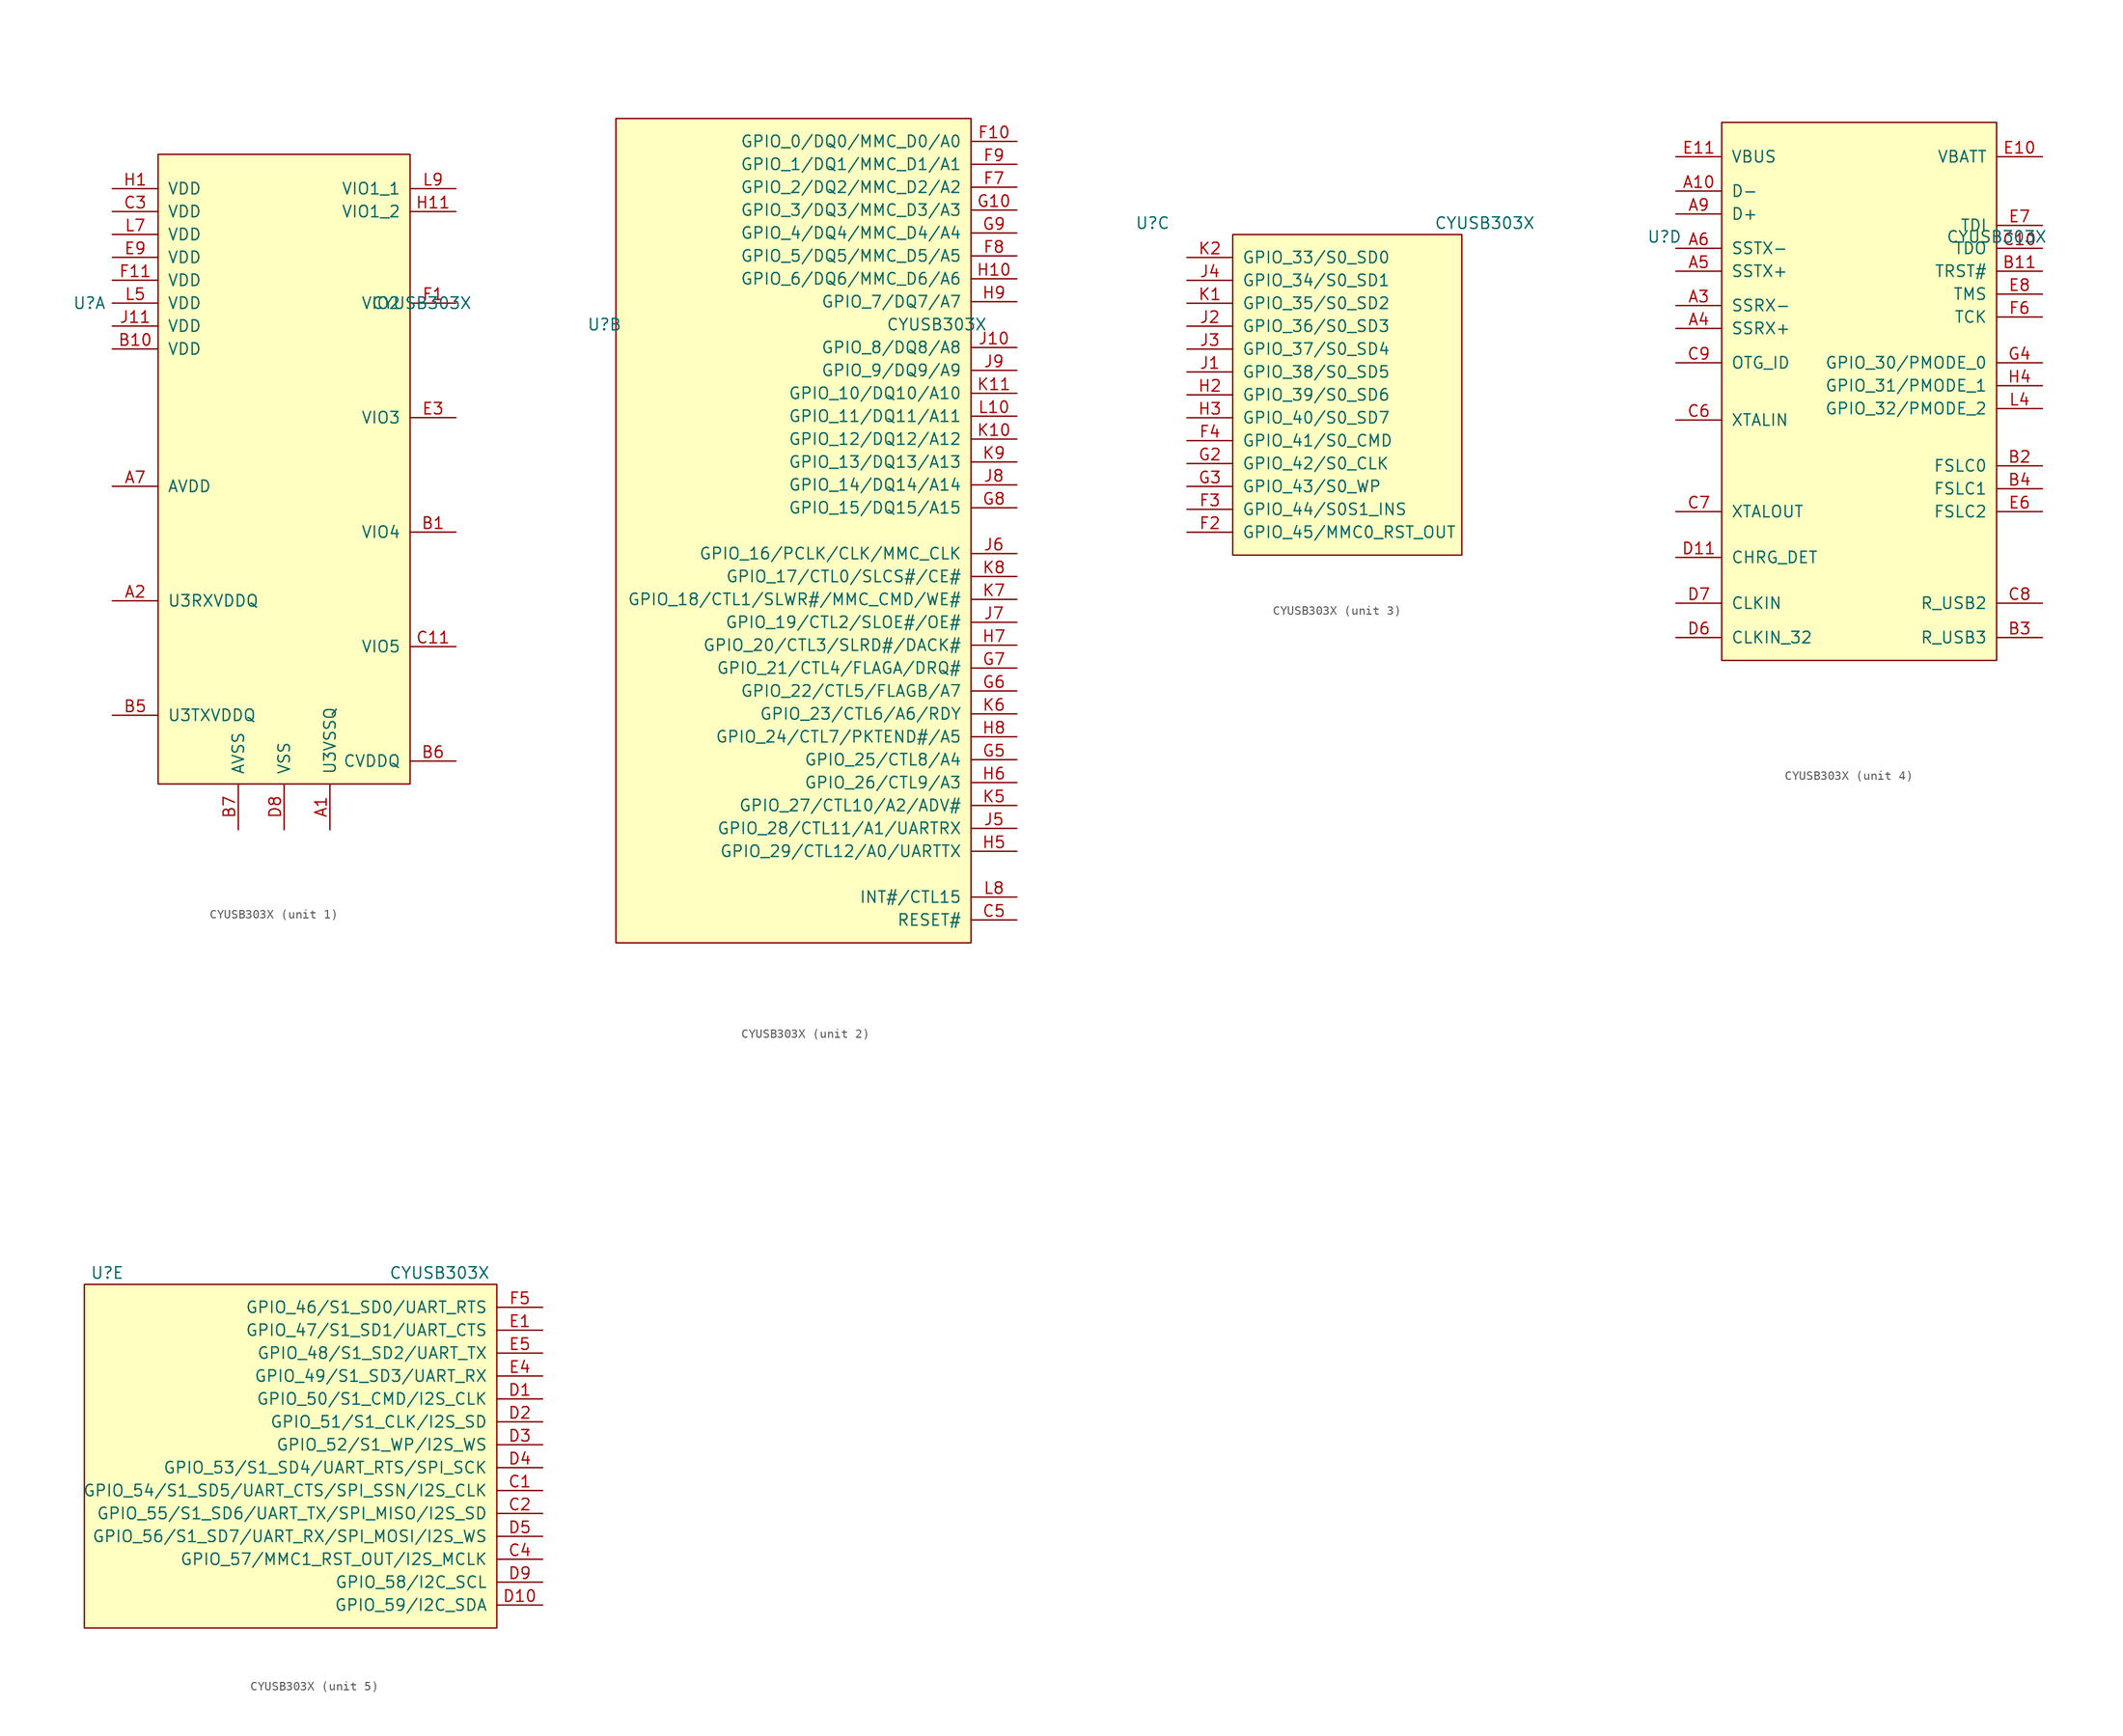
<source format=kicad_sym>
(kicad_symbol_lib
  (version 20231120)
  (generator "kicad_symbol_editor")
  (generator_version "8.0")
  (symbol "CYUSB303X"
    (pin_names
      (offset 1.016))
    (property "Reference" "U"
      (at -21.59 19.05 0)
      (effects (font (size 1.27 1.27))))
    (property "Value" "CYUSB303X"
      (at 15.24 19.05 0)
      (effects (font (size 1.27 1.27))))
    (property "Footprint" ""
      (at -22.86 34.29 0)
      (effects (font (size 1.27 1.27))))
    (property "Datasheet" ""
      (at -22.86 34.29 0)
      (effects (font (size 1.27 1.27))))
    (property "ki_locked" ""
      (at 0 0 0)
      (effects (font (size 1.27 1.27))))
    (symbol "CYUSB303X_1_1"
      (rectangle (start -13.97 35.56) (end 13.97 -34.29) (stroke (width 0) (type default)) (fill (type background)))
      (pin power_in line (at 5.08 -39.37 90) (length 5.08) (name "U3VSSQ" (effects (font (size 1.27 1.27)))) (number "A1" (effects (font (size 1.27 1.27)))))
      (pin no_connect line (at 0 40.64 270) (length 5.08) hide (name "NC" (effects (font (size 1.27 1.27)))) (number "A11" (effects (font (size 1.27 1.27)))))
      (pin power_in line (at -19.05 -13.97 0) (length 5.08) (name "U3RXVDDQ" (effects (font (size 1.27 1.27)))) (number "A2" (effects (font (size 1.27 1.27)))))
      (pin power_in line (at -19.05 -1.27 0) (length 5.08) (name "AVDD" (effects (font (size 1.27 1.27)))) (number "A7" (effects (font (size 1.27 1.27)))))
      (pin power_in line (at 0 -39.37 90) (length 5.08) hide (name "VSS" (effects (font (size 1.27 1.27)))) (number "A8" (effects (font (size 1.27 1.27)))))
      (pin power_in line (at 19.05 -6.35 180) (length 5.08) (name "VIO4" (effects (font (size 1.27 1.27)))) (number "B1" (effects (font (size 1.27 1.27)))))
      (pin power_in line (at -19.05 13.97 0) (length 5.08) (name "VDD" (effects (font (size 1.27 1.27)))) (number "B10" (effects (font (size 1.27 1.27)))))
      (pin power_in line (at -19.05 -26.67 0) (length 5.08) (name "U3TXVDDQ" (effects (font (size 1.27 1.27)))) (number "B5" (effects (font (size 1.27 1.27)))))
      (pin power_in line (at 19.05 -31.75 180) (length 5.08) (name "CVDDQ" (effects (font (size 1.27 1.27)))) (number "B6" (effects (font (size 1.27 1.27)))))
      (pin power_in line (at -5.08 -39.37 90) (length 5.08) (name "AVSS" (effects (font (size 1.27 1.27)))) (number "B7" (effects (font (size 1.27 1.27)))))
      (pin power_in line (at 0 -39.37 90) (length 5.08) hide (name "VSS" (effects (font (size 1.27 1.27)))) (number "B8" (effects (font (size 1.27 1.27)))))
      (pin power_in line (at 0 -39.37 90) (length 5.08) hide (name "VSS" (effects (font (size 1.27 1.27)))) (number "B9" (effects (font (size 1.27 1.27)))))
      (pin power_in line (at 19.05 -19.05 180) (length 5.08) (name "VIO5" (effects (font (size 1.27 1.27)))) (number "C11" (effects (font (size 1.27 1.27)))))
      (pin power_in line (at -19.05 29.21 0) (length 5.08) (name "VDD" (effects (font (size 1.27 1.27)))) (number "C3" (effects (font (size 1.27 1.27)))))
      (pin power_in line (at 0 -39.37 90) (length 5.08) (name "VSS" (effects (font (size 1.27 1.27)))) (number "D8" (effects (font (size 1.27 1.27)))))
      (pin power_in line (at 0 -39.37 90) (length 5.08) hide (name "VSS" (effects (font (size 1.27 1.27)))) (number "E2" (effects (font (size 1.27 1.27)))))
      (pin power_in line (at 19.05 6.35 180) (length 5.08) (name "VIO3" (effects (font (size 1.27 1.27)))) (number "E3" (effects (font (size 1.27 1.27)))))
      (pin power_in line (at -19.05 24.13 0) (length 5.08) (name "VDD" (effects (font (size 1.27 1.27)))) (number "E9" (effects (font (size 1.27 1.27)))))
      (pin power_in line (at 19.05 19.05 180) (length 5.08) (name "VIO2" (effects (font (size 1.27 1.27)))) (number "F1" (effects (font (size 1.27 1.27)))))
      (pin power_in line (at -19.05 21.59 0) (length 5.08) (name "VDD" (effects (font (size 1.27 1.27)))) (number "F11" (effects (font (size 1.27 1.27)))))
      (pin power_in line (at 0 -39.37 90) (length 5.08) hide (name "VSS" (effects (font (size 1.27 1.27)))) (number "G1" (effects (font (size 1.27 1.27)))))
      (pin power_in line (at 0 -39.37 90) (length 5.08) hide (name "VSS" (effects (font (size 1.27 1.27)))) (number "G11" (effects (font (size 1.27 1.27)))))
      (pin power_in line (at -19.05 31.75 0) (length 5.08) (name "VDD" (effects (font (size 1.27 1.27)))) (number "H1" (effects (font (size 1.27 1.27)))))
      (pin power_in line (at 19.05 29.21 180) (length 5.08) (name "VIO1_2" (effects (font (size 1.27 1.27)))) (number "H11" (effects (font (size 1.27 1.27)))))
      (pin power_in line (at -19.05 16.51 0) (length 5.08) (name "VDD" (effects (font (size 1.27 1.27)))) (number "J11" (effects (font (size 1.27 1.27)))))
      (pin power_in line (at 0 -39.37 90) (length 5.08) hide (name "VSS" (effects (font (size 1.27 1.27)))) (number "K3" (effects (font (size 1.27 1.27)))))
      (pin power_in line (at 0 -39.37 90) (length 5.08) hide (name "VSS" (effects (font (size 1.27 1.27)))) (number "K4" (effects (font (size 1.27 1.27)))))
      (pin power_in line (at 0 -39.37 90) (length 5.08) hide (name "VSS" (effects (font (size 1.27 1.27)))) (number "L1" (effects (font (size 1.27 1.27)))))
      (pin power_in line (at 0 -39.37 90) (length 5.08) hide (name "VSS" (effects (font (size 1.27 1.27)))) (number "L11" (effects (font (size 1.27 1.27)))))
      (pin power_in line (at 0 -39.37 90) (length 5.08) hide (name "VSS" (effects (font (size 1.27 1.27)))) (number "L2" (effects (font (size 1.27 1.27)))))
      (pin power_in line (at 0 -39.37 90) (length 5.08) hide (name "VSS" (effects (font (size 1.27 1.27)))) (number "L3" (effects (font (size 1.27 1.27)))))
      (pin power_in line (at -19.05 19.05 0) (length 5.08) (name "VDD" (effects (font (size 1.27 1.27)))) (number "L5" (effects (font (size 1.27 1.27)))))
      (pin power_in line (at 0 -39.37 90) (length 5.08) hide (name "VSS" (effects (font (size 1.27 1.27)))) (number "L6" (effects (font (size 1.27 1.27)))))
      (pin power_in line (at -19.05 26.67 0) (length 5.08) (name "VDD" (effects (font (size 1.27 1.27)))) (number "L7" (effects (font (size 1.27 1.27)))))
      (pin power_in line (at 19.05 31.75 180) (length 5.08) (name "VIO1_1" (effects (font (size 1.27 1.27)))) (number "L9" (effects (font (size 1.27 1.27))))))
    (symbol "CYUSB303X_2_1"
      (rectangle (start -20.32 41.91) (end 19.05 -49.53) (stroke (width 0) (type default)) (fill (type background)))
      (pin input line (at 24.13 -46.99 180) (length 5.08) (name "RESET#" (effects (font (size 1.27 1.27)))) (number "C5" (effects (font (size 1.27 1.27)))))
      (pin input line (at 24.13 39.37 180) (length 5.08) (name "GPIO_0/DQ0/MMC_D0/A0" (effects (font (size 1.27 1.27)))) (number "F10" (effects (font (size 1.27 1.27)))))
      (pin input line (at 24.13 34.29 180) (length 5.08) (name "GPIO_2/DQ2/MMC_D2/A2" (effects (font (size 1.27 1.27)))) (number "F7" (effects (font (size 1.27 1.27)))))
      (pin input line (at 24.13 26.67 180) (length 5.08) (name "GPIO_5/DQ5/MMC_D5/A5" (effects (font (size 1.27 1.27)))) (number "F8" (effects (font (size 1.27 1.27)))))
      (pin input line (at 24.13 36.83 180) (length 5.08) (name "GPIO_1/DQ1/MMC_D1/A1" (effects (font (size 1.27 1.27)))) (number "F9" (effects (font (size 1.27 1.27)))))
      (pin input line (at 24.13 31.75 180) (length 5.08) (name "GPIO_3/DQ3/MMC_D3/A3" (effects (font (size 1.27 1.27)))) (number "G10" (effects (font (size 1.27 1.27)))))
      (pin input line (at 24.13 -29.21 180) (length 5.08) (name "GPIO_25/CTL8/A4" (effects (font (size 1.27 1.27)))) (number "G5" (effects (font (size 1.27 1.27)))))
      (pin input line (at 24.13 -21.59 180) (length 5.08) (name "GPIO_22/CTL5/FLAGB/A7" (effects (font (size 1.27 1.27)))) (number "G6" (effects (font (size 1.27 1.27)))))
      (pin input line (at 24.13 -19.05 180) (length 5.08) (name "GPIO_21/CTL4/FLAGA/DRQ#" (effects (font (size 1.27 1.27)))) (number "G7" (effects (font (size 1.27 1.27)))))
      (pin input line (at 24.13 -1.27 180) (length 5.08) (name "GPIO_15/DQ15/A15" (effects (font (size 1.27 1.27)))) (number "G8" (effects (font (size 1.27 1.27)))))
      (pin input line (at 24.13 29.21 180) (length 5.08) (name "GPIO_4/DQ4/MMC_D4/A4" (effects (font (size 1.27 1.27)))) (number "G9" (effects (font (size 1.27 1.27)))))
      (pin input line (at 24.13 24.13 180) (length 5.08) (name "GPIO_6/DQ6/MMC_D6/A6" (effects (font (size 1.27 1.27)))) (number "H10" (effects (font (size 1.27 1.27)))))
      (pin input line (at 24.13 -39.37 180) (length 5.08) (name "GPIO_29/CTL12/A0/UARTTX" (effects (font (size 1.27 1.27)))) (number "H5" (effects (font (size 1.27 1.27)))))
      (pin input line (at 24.13 -31.75 180) (length 5.08) (name "GPIO_26/CTL9/A3" (effects (font (size 1.27 1.27)))) (number "H6" (effects (font (size 1.27 1.27)))))
      (pin input line (at 24.13 -16.51 180) (length 5.08) (name "GPIO_20/CTL3/SLRD#/DACK#" (effects (font (size 1.27 1.27)))) (number "H7" (effects (font (size 1.27 1.27)))))
      (pin input line (at 24.13 -26.67 180) (length 5.08) (name "GPIO_24/CTL7/PKTEND#/A5" (effects (font (size 1.27 1.27)))) (number "H8" (effects (font (size 1.27 1.27)))))
      (pin input line (at 24.13 21.59 180) (length 5.08) (name "GPIO_7/DQ7/A7" (effects (font (size 1.27 1.27)))) (number "H9" (effects (font (size 1.27 1.27)))))
      (pin input line (at 24.13 16.51 180) (length 5.08) (name "GPIO_8/DQ8/A8" (effects (font (size 1.27 1.27)))) (number "J10" (effects (font (size 1.27 1.27)))))
      (pin input line (at 24.13 -36.83 180) (length 5.08) (name "GPIO_28/CTL11/A1/UARTRX" (effects (font (size 1.27 1.27)))) (number "J5" (effects (font (size 1.27 1.27)))))
      (pin input line (at 24.13 -6.35 180) (length 5.08) (name "GPIO_16/PCLK/CLK/MMC_CLK" (effects (font (size 1.27 1.27)))) (number "J6" (effects (font (size 1.27 1.27)))))
      (pin input line (at 24.13 -13.97 180) (length 5.08) (name "GPIO_19/CTL2/SLOE#/OE#" (effects (font (size 1.27 1.27)))) (number "J7" (effects (font (size 1.27 1.27)))))
      (pin input line (at 24.13 1.27 180) (length 5.08) (name "GPIO_14/DQ14/A14" (effects (font (size 1.27 1.27)))) (number "J8" (effects (font (size 1.27 1.27)))))
      (pin input line (at 24.13 13.97 180) (length 5.08) (name "GPIO_9/DQ9/A9" (effects (font (size 1.27 1.27)))) (number "J9" (effects (font (size 1.27 1.27)))))
      (pin input line (at 24.13 6.35 180) (length 5.08) (name "GPIO_12/DQ12/A12" (effects (font (size 1.27 1.27)))) (number "K10" (effects (font (size 1.27 1.27)))))
      (pin input line (at 24.13 11.43 180) (length 5.08) (name "GPIO_10/DQ10/A10" (effects (font (size 1.27 1.27)))) (number "K11" (effects (font (size 1.27 1.27)))))
      (pin input line (at 24.13 -34.29 180) (length 5.08) (name "GPIO_27/CTL10/A2/ADV#" (effects (font (size 1.27 1.27)))) (number "K5" (effects (font (size 1.27 1.27)))))
      (pin input line (at 24.13 -24.13 180) (length 5.08) (name "GPIO_23/CTL6/A6/RDY" (effects (font (size 1.27 1.27)))) (number "K6" (effects (font (size 1.27 1.27)))))
      (pin input line (at 24.13 -11.43 180) (length 5.08) (name "GPIO_18/CTL1/SLWR#/MMC_CMD/WE#" (effects (font (size 1.27 1.27)))) (number "K7" (effects (font (size 1.27 1.27)))))
      (pin input line (at 24.13 -8.89 180) (length 5.08) (name "GPIO_17/CTL0/SLCS#/CE#" (effects (font (size 1.27 1.27)))) (number "K8" (effects (font (size 1.27 1.27)))))
      (pin input line (at 24.13 3.81 180) (length 5.08) (name "GPIO_13/DQ13/A13" (effects (font (size 1.27 1.27)))) (number "K9" (effects (font (size 1.27 1.27)))))
      (pin input line (at 24.13 8.89 180) (length 5.08) (name "GPIO_11/DQ11/A11" (effects (font (size 1.27 1.27)))) (number "L10" (effects (font (size 1.27 1.27)))))
      (pin input line (at 24.13 -44.45 180) (length 5.08) (name "INT#/CTL15" (effects (font (size 1.27 1.27)))) (number "L8" (effects (font (size 1.27 1.27))))))
    (symbol "CYUSB303X_3_1"
      (rectangle (start -12.7 -17.78) (end 12.7 17.78) (stroke (width 0) (type default)) (fill (type background)))
      (pin input line (at -17.78 -15.24 0) (length 5.08) (name "GPIO_45/MMC0_RST_OUT" (effects (font (size 1.27 1.27)))) (number "F2" (effects (font (size 1.27 1.27)))))
      (pin input line (at -17.78 -12.7 0) (length 5.08) (name "GPIO_44/S0S1_INS" (effects (font (size 1.27 1.27)))) (number "F3" (effects (font (size 1.27 1.27)))))
      (pin input line (at -17.78 -5.08 0) (length 5.08) (name "GPIO_41/S0_CMD" (effects (font (size 1.27 1.27)))) (number "F4" (effects (font (size 1.27 1.27)))))
      (pin input line (at -17.78 -7.62 0) (length 5.08) (name "GPIO_42/S0_CLK" (effects (font (size 1.27 1.27)))) (number "G2" (effects (font (size 1.27 1.27)))))
      (pin input line (at -17.78 -10.16 0) (length 5.08) (name "GPIO_43/S0_WP" (effects (font (size 1.27 1.27)))) (number "G3" (effects (font (size 1.27 1.27)))))
      (pin input line (at -17.78 0 0) (length 5.08) (name "GPIO_39/S0_SD6" (effects (font (size 1.27 1.27)))) (number "H2" (effects (font (size 1.27 1.27)))))
      (pin input line (at -17.78 -2.54 0) (length 5.08) (name "GPIO_40/S0_SD7" (effects (font (size 1.27 1.27)))) (number "H3" (effects (font (size 1.27 1.27)))))
      (pin input line (at -17.78 2.54 0) (length 5.08) (name "GPIO_38/S0_SD5" (effects (font (size 1.27 1.27)))) (number "J1" (effects (font (size 1.27 1.27)))))
      (pin input line (at -17.78 7.62 0) (length 5.08) (name "GPIO_36/S0_SD3" (effects (font (size 1.27 1.27)))) (number "J2" (effects (font (size 1.27 1.27)))))
      (pin input line (at -17.78 5.08 0) (length 5.08) (name "GPIO_37/S0_SD4" (effects (font (size 1.27 1.27)))) (number "J3" (effects (font (size 1.27 1.27)))))
      (pin input line (at -17.78 12.7 0) (length 5.08) (name "GPIO_34/S0_SD1" (effects (font (size 1.27 1.27)))) (number "J4" (effects (font (size 1.27 1.27)))))
      (pin input line (at -17.78 10.16 0) (length 5.08) (name "GPIO_35/S0_SD2" (effects (font (size 1.27 1.27)))) (number "K1" (effects (font (size 1.27 1.27)))))
      (pin input line (at -17.78 15.24 0) (length 5.08) (name "GPIO_33/S0_SD0" (effects (font (size 1.27 1.27)))) (number "K2" (effects (font (size 1.27 1.27))))))
    (symbol "CYUSB303X_4_1"
      (rectangle (start -15.24 31.75) (end 15.24 -27.94) (stroke (width 0) (type default)) (fill (type background)))
      (pin input line (at -20.32 24.13 0) (length 5.08) (name "D-" (effects (font (size 1.27 1.27)))) (number "A10" (effects (font (size 1.27 1.27)))))
      (pin no_connect line (at 0 -33.02 90) (length 5.08) hide (name "NC" (effects (font (size 1.27 1.27)))) (number "A11" (effects (font (size 1.27 1.27)))))
      (pin input line (at -20.32 11.43 0) (length 5.08) (name "SSRX-" (effects (font (size 1.27 1.27)))) (number "A3" (effects (font (size 1.27 1.27)))))
      (pin input line (at -20.32 8.89 0) (length 5.08) (name "SSRX+" (effects (font (size 1.27 1.27)))) (number "A4" (effects (font (size 1.27 1.27)))))
      (pin input line (at -20.32 15.24 0) (length 5.08) (name "SSTX+" (effects (font (size 1.27 1.27)))) (number "A5" (effects (font (size 1.27 1.27)))))
      (pin input line (at -20.32 17.78 0) (length 5.08) (name "SSTX-" (effects (font (size 1.27 1.27)))) (number "A6" (effects (font (size 1.27 1.27)))))
      (pin input line (at -20.32 21.59 0) (length 5.08) (name "D+" (effects (font (size 1.27 1.27)))) (number "A9" (effects (font (size 1.27 1.27)))))
      (pin input line (at 20.32 15.24 180) (length 5.08) (name "TRST#" (effects (font (size 1.27 1.27)))) (number "B11" (effects (font (size 1.27 1.27)))))
      (pin input line (at 20.32 -6.35 180) (length 5.08) (name "FSLC0" (effects (font (size 1.27 1.27)))) (number "B2" (effects (font (size 1.27 1.27)))))
      (pin input line (at 20.32 -25.4 180) (length 5.08) (name "R_USB3" (effects (font (size 1.27 1.27)))) (number "B3" (effects (font (size 1.27 1.27)))))
      (pin input line (at 20.32 -8.89 180) (length 5.08) (name "FSLC1" (effects (font (size 1.27 1.27)))) (number "B4" (effects (font (size 1.27 1.27)))))
      (pin input line (at 20.32 17.78 180) (length 5.08) (name "TDO" (effects (font (size 1.27 1.27)))) (number "C10" (effects (font (size 1.27 1.27)))))
      (pin input line (at -20.32 -1.27 0) (length 5.08) (name "XTALIN" (effects (font (size 1.27 1.27)))) (number "C6" (effects (font (size 1.27 1.27)))))
      (pin input line (at -20.32 -11.43 0) (length 5.08) (name "XTALOUT" (effects (font (size 1.27 1.27)))) (number "C7" (effects (font (size 1.27 1.27)))))
      (pin input line (at 20.32 -21.59 180) (length 5.08) (name "R_USB2" (effects (font (size 1.27 1.27)))) (number "C8" (effects (font (size 1.27 1.27)))))
      (pin input line (at -20.32 5.08 0) (length 5.08) (name "OTG_ID" (effects (font (size 1.27 1.27)))) (number "C9" (effects (font (size 1.27 1.27)))))
      (pin input line (at -20.32 -16.51 0) (length 5.08) (name "CHRG_DET" (effects (font (size 1.27 1.27)))) (number "D11" (effects (font (size 1.27 1.27)))))
      (pin input line (at -20.32 -25.4 0) (length 5.08) (name "CLKIN_32" (effects (font (size 1.27 1.27)))) (number "D6" (effects (font (size 1.27 1.27)))))
      (pin input line (at -20.32 -21.59 0) (length 5.08) (name "CLKIN" (effects (font (size 1.27 1.27)))) (number "D7" (effects (font (size 1.27 1.27)))))
      (pin power_in line (at 20.32 27.94 180) (length 5.08) (name "VBATT" (effects (font (size 1.27 1.27)))) (number "E10" (effects (font (size 1.27 1.27)))))
      (pin power_in line (at -20.32 27.94 0) (length 5.08) (name "VBUS" (effects (font (size 1.27 1.27)))) (number "E11" (effects (font (size 1.27 1.27)))))
      (pin input line (at 20.32 -11.43 180) (length 5.08) (name "FSLC2" (effects (font (size 1.27 1.27)))) (number "E6" (effects (font (size 1.27 1.27)))))
      (pin input line (at 20.32 20.32 180) (length 5.08) (name "TDI" (effects (font (size 1.27 1.27)))) (number "E7" (effects (font (size 1.27 1.27)))))
      (pin input line (at 20.32 12.7 180) (length 5.08) (name "TMS" (effects (font (size 1.27 1.27)))) (number "E8" (effects (font (size 1.27 1.27)))))
      (pin input line (at 20.32 10.16 180) (length 5.08) (name "TCK" (effects (font (size 1.27 1.27)))) (number "F6" (effects (font (size 1.27 1.27)))))
      (pin input line (at 20.32 5.08 180) (length 5.08) (name "GPIO_30/PMODE_0" (effects (font (size 1.27 1.27)))) (number "G4" (effects (font (size 1.27 1.27)))))
      (pin input line (at 20.32 2.54 180) (length 5.08) (name "GPIO_31/PMODE_1" (effects (font (size 1.27 1.27)))) (number "H4" (effects (font (size 1.27 1.27)))))
      (pin input line (at 20.32 0 180) (length 5.08) (name "GPIO_32/PMODE_2" (effects (font (size 1.27 1.27)))) (number "L4" (effects (font (size 1.27 1.27))))))
    (symbol "CYUSB303X_5_1"
      (rectangle (start -24.13 17.78) (end 21.59 -20.32) (stroke (width 0) (type default)) (fill (type background)))
      (pin input line (at 26.67 -5.08 180) (length 5.08) (name "GPIO_54/S1_SD5/UART_CTS/SPI_SSN/I2S_CLK" (effects (font (size 1.27 1.27)))) (number "C1" (effects (font (size 1.27 1.27)))))
      (pin input line (at 26.67 -7.62 180) (length 5.08) (name "GPIO_55/S1_SD6/UART_TX/SPI_MISO/I2S_SD" (effects (font (size 1.27 1.27)))) (number "C2" (effects (font (size 1.27 1.27)))))
      (pin input line (at 26.67 -12.7 180) (length 5.08) (name "GPIO_57/MMC1_RST_OUT/I2S_MCLK" (effects (font (size 1.27 1.27)))) (number "C4" (effects (font (size 1.27 1.27)))))
      (pin input line (at 26.67 5.08 180) (length 5.08) (name "GPIO_50/S1_CMD/I2S_CLK" (effects (font (size 1.27 1.27)))) (number "D1" (effects (font (size 1.27 1.27)))))
      (pin input line (at 26.67 -17.78 180) (length 5.08) (name "GPIO_59/I2C_SDA" (effects (font (size 1.27 1.27)))) (number "D10" (effects (font (size 1.27 1.27)))))
      (pin input line (at 26.67 2.54 180) (length 5.08) (name "GPIO_51/S1_CLK/I2S_SD" (effects (font (size 1.27 1.27)))) (number "D2" (effects (font (size 1.27 1.27)))))
      (pin input line (at 26.67 0 180) (length 5.08) (name "GPIO_52/S1_WP/I2S_WS" (effects (font (size 1.27 1.27)))) (number "D3" (effects (font (size 1.27 1.27)))))
      (pin input line (at 26.67 -2.54 180) (length 5.08) (name "GPIO_53/S1_SD4/UART_RTS/SPI_SCK" (effects (font (size 1.27 1.27)))) (number "D4" (effects (font (size 1.27 1.27)))))
      (pin input line (at 26.67 -10.16 180) (length 5.08) (name "GPIO_56/S1_SD7/UART_RX/SPI_MOSI/I2S_WS" (effects (font (size 1.27 1.27)))) (number "D5" (effects (font (size 1.27 1.27)))))
      (pin bidirectional line (at 26.67 -15.24 180) (length 5.08) (name "GPIO_58/I2C_SCL" (effects (font (size 1.27 1.27)))) (number "D9" (effects (font (size 1.27 1.27)))))
      (pin input line (at 26.67 12.7 180) (length 5.08) (name "GPIO_47/S1_SD1/UART_CTS" (effects (font (size 1.27 1.27)))) (number "E1" (effects (font (size 1.27 1.27)))))
      (pin input line (at 26.67 7.62 180) (length 5.08) (name "GPIO_49/S1_SD3/UART_RX" (effects (font (size 1.27 1.27)))) (number "E4" (effects (font (size 1.27 1.27)))))
      (pin input line (at 26.67 10.16 180) (length 5.08) (name "GPIO_48/S1_SD2/UART_TX" (effects (font (size 1.27 1.27)))) (number "E5" (effects (font (size 1.27 1.27)))))
      (pin input line (at 26.67 15.24 180) (length 5.08) (name "GPIO_46/S1_SD0/UART_RTS" (effects (font (size 1.27 1.27)))) (number "F5" (effects (font (size 1.27 1.27))))))))
</source>
